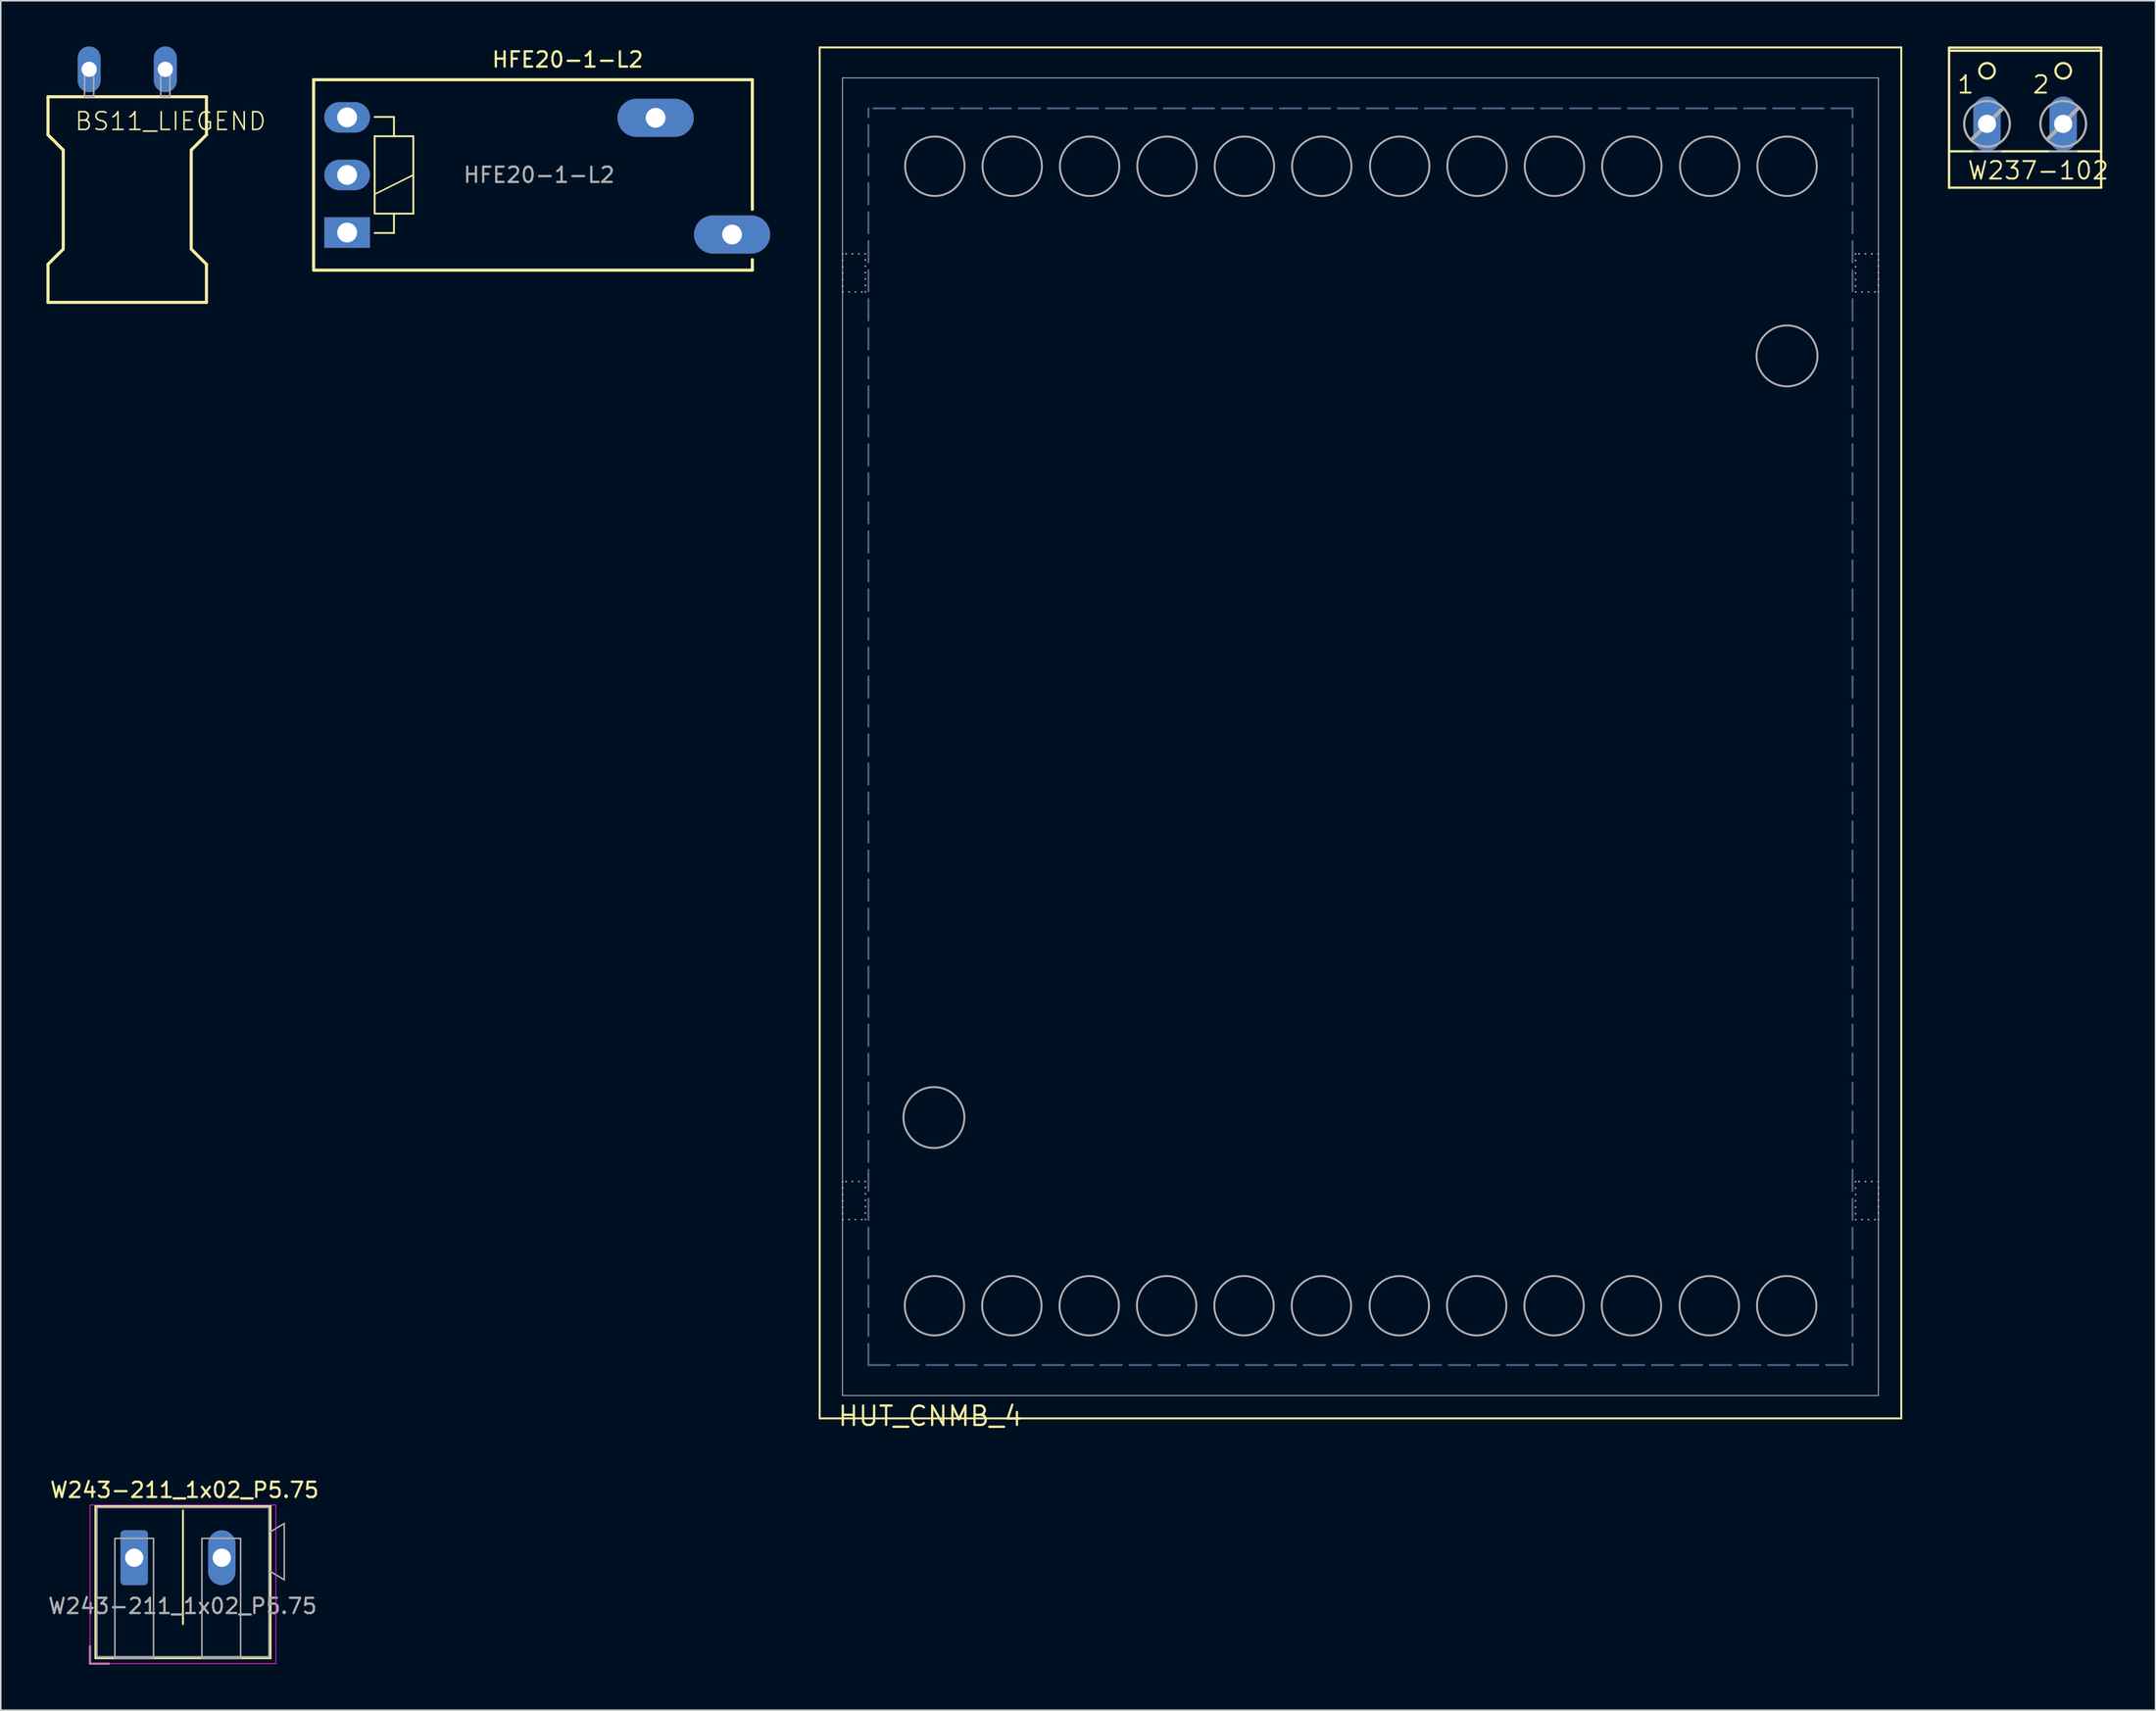
<source format=kicad_pcb>
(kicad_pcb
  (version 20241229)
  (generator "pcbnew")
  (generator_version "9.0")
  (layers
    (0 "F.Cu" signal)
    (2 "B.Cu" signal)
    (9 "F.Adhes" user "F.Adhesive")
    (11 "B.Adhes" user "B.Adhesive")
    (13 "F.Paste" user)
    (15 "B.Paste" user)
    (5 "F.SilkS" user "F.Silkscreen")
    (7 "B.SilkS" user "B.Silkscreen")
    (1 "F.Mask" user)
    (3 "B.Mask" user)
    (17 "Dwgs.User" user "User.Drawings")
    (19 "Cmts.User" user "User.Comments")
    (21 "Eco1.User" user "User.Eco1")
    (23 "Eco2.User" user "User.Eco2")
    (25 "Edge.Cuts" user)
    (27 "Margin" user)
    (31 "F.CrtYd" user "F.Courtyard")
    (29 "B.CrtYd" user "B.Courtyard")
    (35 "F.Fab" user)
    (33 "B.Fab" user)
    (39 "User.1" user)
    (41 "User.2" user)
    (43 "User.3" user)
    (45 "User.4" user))
  (footprint "W237-102"
    (layer "F.Cu")
    (at 129.885 3.81)
    (property "Reference" "W237-102" (at -3.846 5.004 0) (layer "F.SilkS") (effects (font (size 1.143 1.143) (thickness 0.127)) (justify left bottom)))
    (fp_line (start -4.989 -3.531) (end -4.989 -3.734) (stroke (width 0.152) (type solid)) (layer "F.SilkS"))
    (fp_line (start -4.989 -3.531) (end 4.993 -3.531) (stroke (width 0.152) (type solid)) (layer "F.SilkS"))
    (fp_line (start -4.989 3.073) (end -4.989 -3.531) (stroke (width 0.152) (type solid)) (layer "F.SilkS"))
    (fp_line (start -4.989 3.073) (end -3.389 3.073) (stroke (width 0.152) (type solid)) (layer "F.SilkS"))
    (fp_line (start -4.989 5.461) (end -4.989 3.073) (stroke (width 0.152) (type solid)) (layer "F.SilkS"))
    (fp_line (start -4.989 5.461) (end 4.993 5.461) (stroke (width 0.152) (type solid)) (layer "F.SilkS"))
    (fp_line (start -1.611 3.073) (end 1.615 3.073) (stroke (width 0.152) (type solid)) (layer "F.SilkS"))
    (fp_line (start 3.393 3.073) (end 4.993 3.073) (stroke (width 0.152) (type solid)) (layer "F.SilkS"))
    (fp_line (start 4.993 -3.734) (end -4.989 -3.734) (stroke (width 0.152) (type solid)) (layer "F.SilkS"))
    (fp_line (start 4.993 -3.734) (end 4.993 -3.531) (stroke (width 0.152) (type solid)) (layer "F.SilkS"))
    (fp_line (start 4.993 -3.531) (end 4.993 3.073) (stroke (width 0.152) (type solid)) (layer "F.SilkS"))
    (fp_line (start 4.993 3.073) (end 4.993 5.461) (stroke (width 0.152) (type solid)) (layer "F.SilkS"))
    (fp_circle (center -2.5 -2.21) (end -1.992 -2.21) (stroke (width 0.152) (type solid)) (fill no) (layer "F.SilkS"))
    (fp_circle (center 2.504 -2.21) (end 3.012 -2.21) (stroke (width 0.152) (type solid)) (fill no) (layer "F.SilkS"))
    (fp_line (start -3.491 2.286) (end -1.484 0.279) (stroke (width 0.254) (type solid)) (layer "F.Fab"))
    (fp_line (start -3.389 3.073) (end -1.611 3.073) (stroke (width 0.152) (type solid)) (layer "F.Fab"))
    (fp_line (start 1.488 2.261) (end 3.469 0.254) (stroke (width 0.254) (type solid)) (layer "F.Fab"))
    (fp_line (start 1.615 3.073) (end 3.393 3.073) (stroke (width 0.152) (type solid)) (layer "F.Fab"))
    (fp_circle (center -2.5 1.27) (end -1.001 1.27) (stroke (width 0.152) (type solid)) (fill no) (layer "F.Fab"))
    (fp_circle (center 2.504 1.27) (end 4.002 1.27) (stroke (width 0.152) (type solid)) (fill no) (layer "F.Fab"))
    (fp_text user "2" (at 0.421 -0.635 0) (layer "F.SilkS") (effects (font (size 1.143 1.143) (thickness 0.127)) (justify left bottom)))
    (fp_text user "1" (at -4.532 -0.635 0) (layer "F.SilkS") (effects (font (size 1.143 1.143) (thickness 0.127)) (justify left bottom)))
    (pad "1" thru_hole oval (at -2.5 1.27 90) (size 3.581 1.791) (drill 1.194) (layers "*.Cu" "*.Mask"))
    (pad "2" thru_hole oval (at 2.5 1.27 90) (size 3.581 1.791) (drill 1.194) (layers "*.Cu" "*.Mask")))
  (footprint "BS11_LIEGEND"
    (layer "F.Cu")
    (at 5.302 1.5)
    (property "Reference" "BS11_LIEGEND" (at -3.512 4.096 0) (unlocked yes) (layer "F.SilkS") (effects (font (size 1.168 1.168) (thickness 0.102)) (justify left bottom)))
    (fp_line (start -5.2 1.8) (end 5.2 1.8) (stroke (width 0.203) (type solid)) (layer "F.SilkS"))
    (fp_line (start -5.2 4.3) (end -5.2 1.8) (stroke (width 0.203) (type solid)) (layer "F.SilkS"))
    (fp_line (start -5.2 4.3) (end -4.2 5.3) (stroke (width 0.203) (type solid)) (layer "F.SilkS"))
    (fp_line (start -5.2 15.3) (end -5.2 12.8) (stroke (width 0.203) (type solid)) (layer "F.SilkS"))
    (fp_line (start -4.2 5.3) (end -4.2 11.8) (stroke (width 0.203) (type solid)) (layer "F.SilkS"))
    (fp_line (start -4.2 11.8) (end -5.2 12.8) (stroke (width 0.203) (type solid)) (layer "F.SilkS"))
    (fp_line (start 4.2 5.3) (end 4.2 11.8) (stroke (width 0.203) (type solid)) (layer "F.SilkS"))
    (fp_line (start 4.2 11.8) (end 5.2 12.8) (stroke (width 0.203) (type solid)) (layer "F.SilkS"))
    (fp_line (start 5.2 1.8) (end 5.2 4.3) (stroke (width 0.203) (type solid)) (layer "F.SilkS"))
    (fp_line (start 5.2 4.3) (end 4.2 5.3) (stroke (width 0.203) (type solid)) (layer "F.SilkS"))
    (fp_line (start 5.2 12.8) (end 5.2 15.3) (stroke (width 0.203) (type solid)) (layer "F.SilkS"))
    (fp_line (start 5.2 15.3) (end -5.2 15.3) (stroke (width 0.203) (type solid)) (layer "F.SilkS"))
    (fp_poly (pts (xy -2.8 1.8) (xy -2.2 1.8) (xy -2.2 -0.3) (xy -2.8 -0.3)) (stroke (width 0.1) (type default)) (fill no) (layer "F.Fab"))
    (fp_poly (pts (xy 2.2 1.8) (xy 2.8 1.8) (xy 2.8 -0.3) (xy 2.2 -0.3)) (stroke (width 0.1) (type default)) (fill no) (layer "F.Fab"))
    (pad "1" thru_hole oval (at -2.5 0 90) (size 3 1.5) (drill 1) (layers "*.Cu" "*.Mask"))
    (pad "2" thru_hole oval (at 2.5 0 90) (size 3 1.5) (drill 1) (layers "*.Cu" "*.Mask")))
  (footprint "W243-211_1x02_P5.75"
    (layer "F.Cu")
    (at 5.76 99.211)
    (property "Reference" "W243-211_1x02_P5.75" (at 3.302 -4.445 0) (layer "F.SilkS") (effects (font (size 1 1) (thickness 0.15))))
    (attr through_hole)
    (fp_line (start -2.9 5.8) (end -2.9 6.95) (stroke (width 0.12) (type solid)) (layer "F.SilkS"))
    (fp_line (start -2.9 6.95) (end -1.65 6.95) (stroke (width 0.12) (type solid)) (layer "F.SilkS"))
    (fp_line (start -2.55 -3.4) (end 8.95 -3.4) (stroke (width 0.12) (type solid)) (layer "F.SilkS"))
    (fp_line (start -2.55 6.6) (end -2.55 -3.4) (stroke (width 0.12) (type solid)) (layer "F.SilkS"))
    (fp_line (start 3.2 4.36) (end 3.2 -3.11) (stroke (width 0.12) (type solid)) (layer "F.SilkS"))
    (fp_line (start 8.95 -3.4) (end 8.95 6.6) (stroke (width 0.12) (type solid)) (layer "F.SilkS"))
    (fp_line (start 8.95 6.6) (end -2.55 6.6) (stroke (width 0.12) (type solid)) (layer "F.SilkS"))
    (fp_line (start -2.9 -3.46) (end 9.3 -3.46) (stroke (width 0.05) (type solid)) (layer "F.CrtYd"))
    (fp_line (start -2.9 6.95) (end -2.9 -3.46) (stroke (width 0.05) (type solid)) (layer "F.CrtYd"))
    (fp_line (start 9.3 -3.46) (end 9.3 6.95) (stroke (width 0.05) (type solid)) (layer "F.CrtYd"))
    (fp_line (start 9.3 6.95) (end -2.9 6.95) (stroke (width 0.05) (type solid)) (layer "F.CrtYd"))
    (fp_line (start -2.9 5.8) (end -2.9 6.95) (stroke (width 0.1) (type solid)) (layer "F.Fab"))
    (fp_line (start -2.9 6.95) (end -1.65 6.95) (stroke (width 0.1) (type solid)) (layer "F.Fab"))
    (fp_line (start -2.45 -3.3) (end 8.85 -3.3) (stroke (width 0.1) (type solid)) (layer "F.Fab"))
    (fp_line (start -2.45 6.5) (end -2.45 -3.3) (stroke (width 0.1) (type solid)) (layer "F.Fab"))
    (fp_line (start 8.85 -3.3) (end 8.85 6.5) (stroke (width 0.1) (type solid)) (layer "F.Fab"))
    (fp_line (start 8.85 0.85) (end 9.85 1.45) (stroke (width 0.1) (type default)) (layer "F.Fab"))
    (fp_line (start 8.85 6.5) (end -2.45 6.5) (stroke (width 0.1) (type solid)) (layer "F.Fab"))
    (fp_line (start 9.85 -2.25) (end 8.85 -1.65) (stroke (width 0.1) (type default)) (layer "F.Fab"))
    (fp_line (start 9.85 1.45) (end 9.85 -2.25) (stroke (width 0.1) (type default)) (layer "F.Fab"))
    (fp_rect (start -1.27 6.604) (end 1.27 -1.27) (stroke (width 0.1) (type default)) (fill no) (layer "F.Fab"))
    (fp_rect (start 4.445 6.604) (end 6.985 -1.27) (stroke (width 0.1) (type default)) (fill no) (layer "F.Fab"))
    (fp_text user "${REFERENCE}" (at 3.175 3.175 0) (layer "F.Fab") (effects (font (size 1 1) (thickness 0.15))))
    (pad "1" thru_hole roundrect (at 0 0) (size 1.8 3.6) (drill 1.2) (layers "*.Cu" "*.Mask") (roundrect_rratio 0.139))
    (pad "2" thru_hole oval (at 5.75 0) (size 1.8 3.6) (drill 1.2) (layers "*.Cu" "*.Mask")))
  (footprint "HUT_CNMB_4"
    (layer "F.Cu")
    (at 50.757 90.064)
    (property "Reference" "HUT_CNMB_4" (at 7.264 -0.152 0) (layer "F.SilkS") (effects (font (size 1.27 1.27) (thickness 0.15))))
    (fp_line (start 0 -90) (end 71 -90) (stroke (width 0.127) (type solid)) (layer "F.SilkS"))
    (fp_line (start 0 0) (end 0 -90) (stroke (width 0.127) (type solid)) (layer "F.SilkS"))
    (fp_line (start 71 -90) (end 71 0) (stroke (width 0.127) (type solid)) (layer "F.SilkS"))
    (fp_line (start 71 0) (end 0 0) (stroke (width 0.127) (type solid)) (layer "F.SilkS"))
    (fp_line (start 1.5 -88) (end 1.5 -1.5) (stroke (width 0.05) (type solid)) (layer "Edge.Cuts"))
    (fp_line (start 1.5 -1.5) (end 69.5 -1.5) (stroke (width 0.05) (type solid)) (layer "Edge.Cuts"))
    (fp_line (start 69.5 -88) (end 1.5 -88) (stroke (width 0.05) (type solid)) (layer "Edge.Cuts"))
    (fp_line (start 69.5 -1.5) (end 69.5 -88) (stroke (width 0.05) (type solid)) (layer "Edge.Cuts"))
    (fp_line (start 3.2 -3.5) (end 3.2 -86) (stroke (width 0.127) (type dash)) (layer "B.Fab"))
    (fp_line (start 3.2 -3.5) (end 67.8 -3.5) (stroke (width 0.127) (type dash)) (layer "B.Fab"))
    (fp_line (start 67.8 -86) (end 3.2 -86) (stroke (width 0.127) (type dash)) (layer "B.Fab"))
    (fp_line (start 67.8 -3.5) (end 67.8 -86) (stroke (width 0.127) (type dash)) (layer "B.Fab"))
    (fp_rect (start 1.5 -73.95) (end 3 -76.45) (stroke (width 0.1) (type dot)) (fill no) (layer "F.Fab"))
    (fp_rect (start 1.5 -13.05) (end 3 -15.55) (stroke (width 0.1) (type dot)) (fill no) (layer "F.Fab"))
    (fp_rect (start 68 -73.95) (end 69.5 -76.45) (stroke (width 0.1) (type dot)) (fill no) (layer "F.Fab"))
    (fp_rect (start 68 -13.05) (end 69.5 -15.55) (stroke (width 0.1) (type dot)) (fill no) (layer "F.Fab"))
    (fp_circle (center 7.5 -19.75) (end 9.5 -19.75) (stroke (width 0.127) (type solid)) (fill no) (layer "F.Fab"))
    (fp_circle (center 7.535 -7.396) (end 9.485 -7.396) (stroke (width 0.127) (type solid)) (fill no) (layer "F.Fab"))
    (fp_circle (center 7.56 -82.2) (end 9.51 -82.2) (stroke (width 0.127) (type solid)) (fill no) (layer "F.Fab"))
    (fp_circle (center 12.615 -7.396) (end 14.565 -7.396) (stroke (width 0.127) (type solid)) (fill no) (layer "F.Fab"))
    (fp_circle (center 12.64 -82.2) (end 14.59 -82.2) (stroke (width 0.127) (type solid)) (fill no) (layer "F.Fab"))
    (fp_circle (center 17.695 -7.396) (end 19.645 -7.396) (stroke (width 0.127) (type solid)) (fill no) (layer "F.Fab"))
    (fp_circle (center 17.72 -82.2) (end 19.67 -82.2) (stroke (width 0.127) (type solid)) (fill no) (layer "F.Fab"))
    (fp_circle (center 22.775 -7.396) (end 24.725 -7.396) (stroke (width 0.127) (type solid)) (fill no) (layer "F.Fab"))
    (fp_circle (center 22.8 -82.2) (end 24.75 -82.2) (stroke (width 0.127) (type solid)) (fill no) (layer "F.Fab"))
    (fp_circle (center 27.855 -7.396) (end 29.805 -7.396) (stroke (width 0.127) (type solid)) (fill no) (layer "F.Fab"))
    (fp_circle (center 27.88 -82.2) (end 29.83 -82.2) (stroke (width 0.127) (type solid)) (fill no) (layer "F.Fab"))
    (fp_circle (center 32.935 -7.396) (end 34.885 -7.396) (stroke (width 0.127) (type solid)) (fill no) (layer "F.Fab"))
    (fp_circle (center 32.96 -82.2) (end 34.91 -82.2) (stroke (width 0.127) (type solid)) (fill no) (layer "F.Fab"))
    (fp_circle (center 38.049 -7.396) (end 39.999 -7.396) (stroke (width 0.127) (type solid)) (fill no) (layer "F.Fab"))
    (fp_circle (center 38.074 -82.2) (end 40.024 -82.2) (stroke (width 0.127) (type solid)) (fill no) (layer "F.Fab"))
    (fp_circle (center 43.129 -7.396) (end 45.079 -7.396) (stroke (width 0.127) (type solid)) (fill no) (layer "F.Fab"))
    (fp_circle (center 43.154 -82.2) (end 45.104 -82.2) (stroke (width 0.127) (type solid)) (fill no) (layer "F.Fab"))
    (fp_circle (center 48.209 -7.396) (end 50.159 -7.396) (stroke (width 0.127) (type solid)) (fill no) (layer "F.Fab"))
    (fp_circle (center 48.234 -82.2) (end 50.184 -82.2) (stroke (width 0.127) (type solid)) (fill no) (layer "F.Fab"))
    (fp_circle (center 53.289 -7.396) (end 55.239 -7.396) (stroke (width 0.127) (type solid)) (fill no) (layer "F.Fab"))
    (fp_circle (center 53.314 -82.2) (end 55.264 -82.2) (stroke (width 0.127) (type solid)) (fill no) (layer "F.Fab"))
    (fp_circle (center 58.4 -7.396) (end 60.35 -7.396) (stroke (width 0.127) (type solid)) (fill no) (layer "F.Fab"))
    (fp_circle (center 58.425 -82.2) (end 60.375 -82.2) (stroke (width 0.127) (type solid)) (fill no) (layer "F.Fab"))
    (fp_circle (center 63.48 -7.396) (end 65.43 -7.396) (stroke (width 0.127) (type solid)) (fill no) (layer "F.Fab"))
    (fp_circle (center 63.5 -69.75) (end 65.5 -69.75) (stroke (width 0.127) (type solid)) (fill no) (layer "F.Fab"))
    (fp_circle (center 63.505 -82.2) (end 65.455 -82.2) (stroke (width 0.127) (type solid)) (fill no) (layer "F.Fab")))
  (footprint "HFE20-1-L2"
    (layer "F.Cu")
    (at 19.737 12.215)
    (property "Reference" "HFE20-1-L2" (at 9.425 -10.765 0) (layer "F.SilkS") (effects (font (size 1 1) (thickness 0.15)) (justify left bottom)))
    (attr through_hole)
    (fp_line (start -2.2 -10.03) (end 26.6 -10.03) (stroke (width 0.203) (type solid)) (layer "F.SilkS"))
    (fp_line (start -2.2 2.47) (end -2.2 -10.03) (stroke (width 0.203) (type solid)) (layer "F.SilkS"))
    (fp_line (start 1.805 -6.32) (end 1.805 -1.24) (stroke (width 0.12) (type solid)) (layer "F.SilkS"))
    (fp_line (start 1.805 -2.51) (end 4.345 -3.78) (stroke (width 0.1) (type solid)) (layer "F.SilkS"))
    (fp_line (start 1.805 -1.24) (end 3.075 -1.24) (stroke (width 0.12) (type solid)) (layer "F.SilkS"))
    (fp_line (start 1.805 0.03) (end 3.075 0.03) (stroke (width 0.12) (type solid)) (layer "F.SilkS"))
    (fp_line (start 3.075 -7.59) (end 1.805 -7.59) (stroke (width 0.12) (type solid)) (layer "F.SilkS"))
    (fp_line (start 3.075 -6.32) (end 3.075 -7.59) (stroke (width 0.12) (type solid)) (layer "F.SilkS"))
    (fp_line (start 3.075 -1.24) (end 4.345 -1.24) (stroke (width 0.12) (type solid)) (layer "F.SilkS"))
    (fp_line (start 3.075 0.03) (end 3.075 -1.24) (stroke (width 0.12) (type solid)) (layer "F.SilkS"))
    (fp_line (start 4.345 -6.32) (end 1.805 -6.32) (stroke (width 0.12) (type solid)) (layer "F.SilkS"))
    (fp_line (start 4.345 -1.24) (end 4.345 -6.32) (stroke (width 0.12) (type solid)) (layer "F.SilkS"))
    (fp_line (start 26.6 -10.03) (end 26.6 -1.524) (stroke (width 0.203) (type solid)) (layer "F.SilkS"))
    (fp_line (start 26.6 1.778) (end 26.6 2.47) (stroke (width 0.203) (type solid)) (layer "F.SilkS"))
    (fp_line (start 26.6 2.47) (end -2.2 2.47) (stroke (width 0.203) (type solid)) (layer "F.SilkS"))
    (fp_text user "${REFERENCE}" (at 12.6 -3.78 0) (layer "F.Fab") (effects (font (size 1 1) (thickness 0.15))))
    (pad "11" thru_hole oval (at 20.25 -7.53 180) (size 5 2.5) (drill 1.3) (layers "*.Cu" "*.Mask"))
    (pad "14" thru_hole oval (at 25.27 0.13 180) (size 5 2.5) (drill 1.3) (layers "*.Cu" "*.Mask"))
    (pad "A1" thru_hole rect (at 0 0) (size 3 2) (drill 1.3) (layers "*.Cu" "*.Mask"))
    (pad "A2" thru_hole oval (at 0 -7.56) (size 3 2) (drill 1.3) (layers "*.Cu" "*.Mask"))
    (pad "A3" thru_hole oval (at 0 -3.78) (size 3 2) (drill 1.3) (layers "*.Cu" "*.Mask")))
  (gr_rect
    (start -3 -3)
    (end 138.444 109.221)
    (stroke (width 0.1) (type default))
    (fill no)
    (layer "Edge.Cuts")))
</source>
